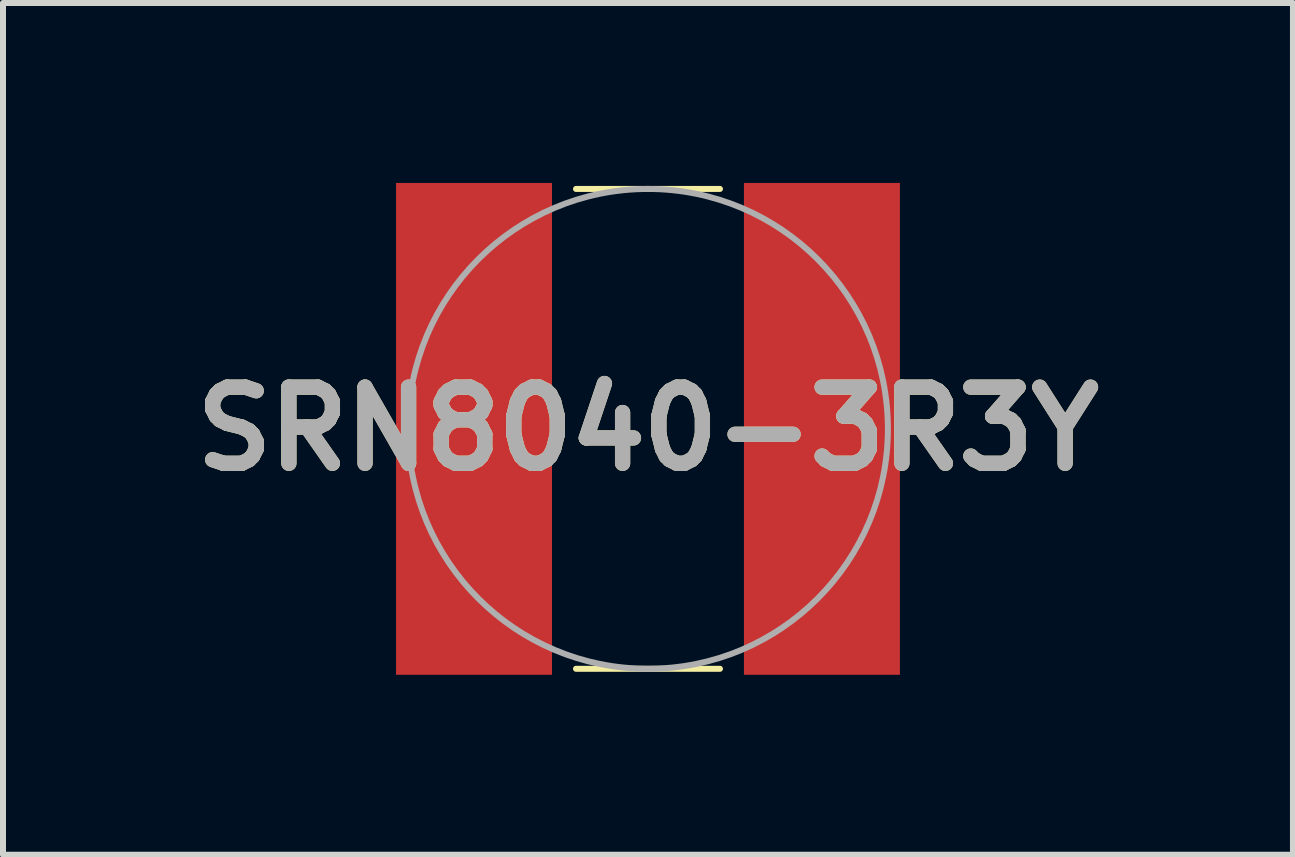
<source format=kicad_pcb>
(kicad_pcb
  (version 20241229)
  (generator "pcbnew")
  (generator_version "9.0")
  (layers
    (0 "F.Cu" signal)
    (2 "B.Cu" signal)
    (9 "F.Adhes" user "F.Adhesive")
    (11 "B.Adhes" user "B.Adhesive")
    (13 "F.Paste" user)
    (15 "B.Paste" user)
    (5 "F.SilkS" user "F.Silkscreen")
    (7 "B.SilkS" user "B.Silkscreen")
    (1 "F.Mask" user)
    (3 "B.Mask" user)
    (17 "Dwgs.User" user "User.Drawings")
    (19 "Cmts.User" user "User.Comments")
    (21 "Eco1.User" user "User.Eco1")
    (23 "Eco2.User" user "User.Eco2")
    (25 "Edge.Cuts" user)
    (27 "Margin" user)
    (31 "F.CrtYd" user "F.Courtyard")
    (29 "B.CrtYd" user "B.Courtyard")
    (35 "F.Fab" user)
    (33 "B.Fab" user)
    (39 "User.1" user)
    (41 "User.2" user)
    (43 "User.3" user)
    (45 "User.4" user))
  (footprint "SRN8040-3R3Y"
    (layer "F.Cu")
    (at 7.753 4.1)
    (property "Reference" "SRN8040-3R3Y" (at 0 0 0) (layer "F.SilkS") (effects (font (size 1.27 1.27) (thickness 0.254))))
    (attr smd)
    (fp_line (start -1.2 -4) (end 1.2 -4) (stroke (width 0.1) (type solid)) (layer "F.SilkS"))
    (fp_line (start -1.2 4) (end 1.2 4) (stroke (width 0.1) (type solid)) (layer "F.SilkS"))
    (fp_circle (center 0 0) (end 0 4) (stroke (width 0.1) (type solid)) (fill no) (layer "F.Fab"))
    (fp_text user "${REFERENCE}" (at 0 0 0) (layer "F.Fab") (effects (font (size 1.27 1.27) (thickness 0.254))))
    (pad "1" smd rect (at -2.9 0) (size 2.6 8.2) (layers "F.Cu" "F.Mask" "F.Paste"))
    (pad "2" smd rect (at 2.9 0) (size 2.6 8.2) (layers "F.Cu" "F.Mask" "F.Paste")))
  (gr_rect
    (start -3 -3)
    (end 18.506 11.2)
    (stroke (width 0.1) (type default))
    (fill no)
    (layer "Edge.Cuts")))
</source>
